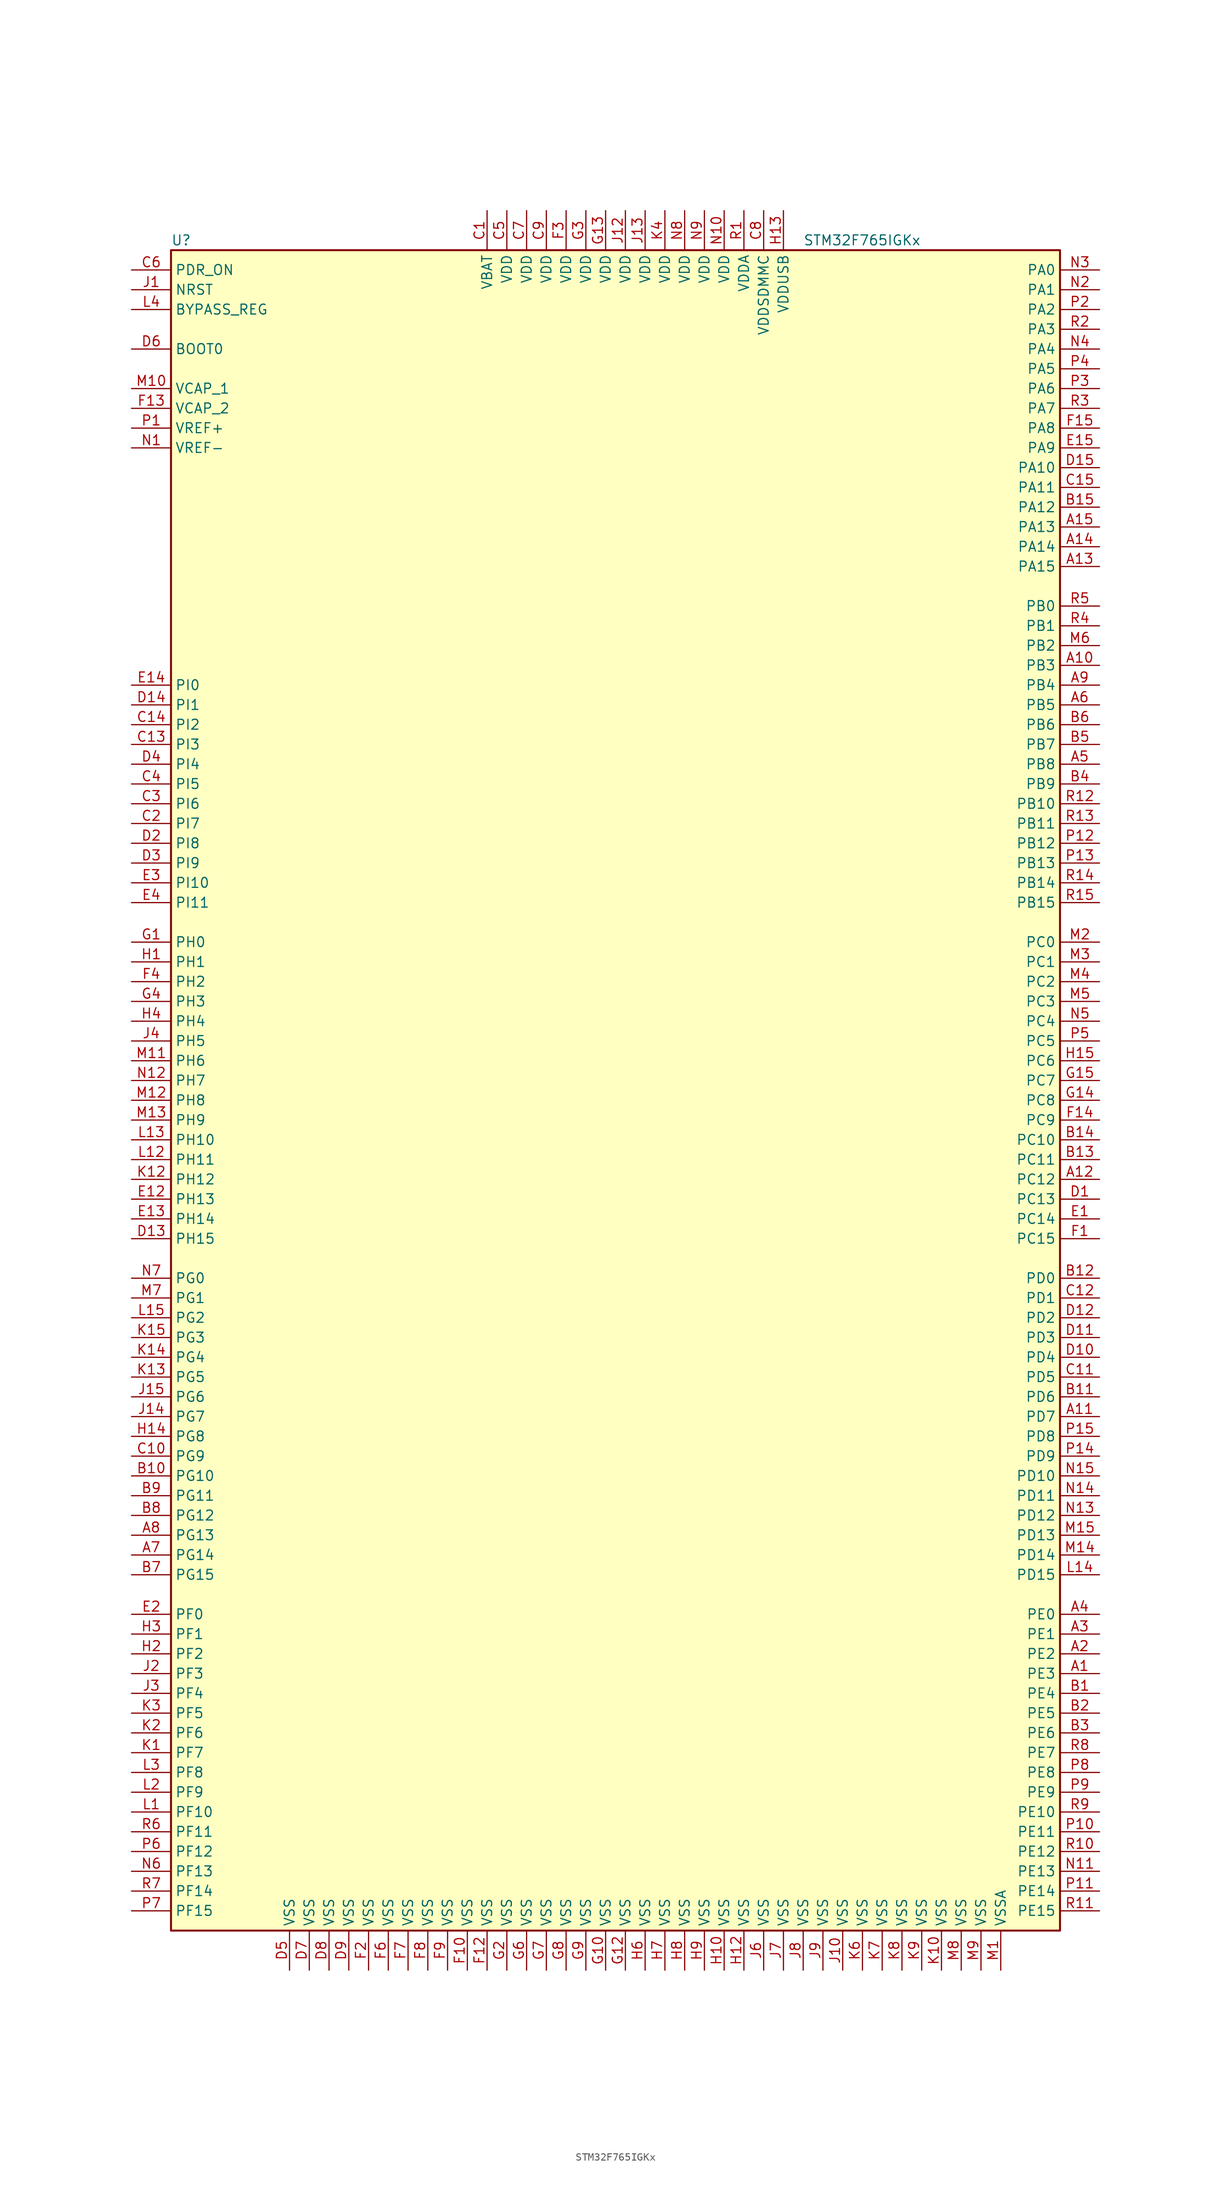
<source format=kicad_sym>
(kicad_symbol_lib
  (version 20211014)
  (generator kicad_symbol_editor)
  (symbol "STM32F765IGKx"
    (property "Reference" "U"
      (at -58.42 107.95 0)
      (effects (font (size 1.27 1.27)) (justify left)))
    (property "Value" "STM32F765IGKx"
      (at 22.86 107.95 0)
      (effects (font (size 1.27 1.27)) (justify left)))
    (symbol "STM32F765IGKx_0_1"
      (rectangle (start -58.42 -109.22) (end 55.88 106.68) (stroke (width 0.254) (type default) (color 0 0 0 0)) (fill (type background))))
    (symbol "STM32F765IGKx_1_1"
      (pin bidirectional line (at 60.96 -76.2 180) (length 5.08) (name "PE3" (effects (font (size 1.27 1.27)))) (number "A1" (effects (font (size 1.27 1.27)))))
      (pin bidirectional line (at 60.96 53.34 180) (length 5.08) (name "PB3" (effects (font (size 1.27 1.27)))) (number "A10" (effects (font (size 1.27 1.27)))))
      (pin bidirectional line (at 60.96 -43.18 180) (length 5.08) (name "PD7" (effects (font (size 1.27 1.27)))) (number "A11" (effects (font (size 1.27 1.27)))))
      (pin bidirectional line (at 60.96 -12.7 180) (length 5.08) (name "PC12" (effects (font (size 1.27 1.27)))) (number "A12" (effects (font (size 1.27 1.27)))))
      (pin bidirectional line (at 60.96 66.04 180) (length 5.08) (name "PA15" (effects (font (size 1.27 1.27)))) (number "A13" (effects (font (size 1.27 1.27)))))
      (pin bidirectional line (at 60.96 68.58 180) (length 5.08) (name "PA14" (effects (font (size 1.27 1.27)))) (number "A14" (effects (font (size 1.27 1.27)))))
      (pin bidirectional line (at 60.96 71.12 180) (length 5.08) (name "PA13" (effects (font (size 1.27 1.27)))) (number "A15" (effects (font (size 1.27 1.27)))))
      (pin bidirectional line (at 60.96 -73.66 180) (length 5.08) (name "PE2" (effects (font (size 1.27 1.27)))) (number "A2" (effects (font (size 1.27 1.27)))))
      (pin bidirectional line (at 60.96 -71.12 180) (length 5.08) (name "PE1" (effects (font (size 1.27 1.27)))) (number "A3" (effects (font (size 1.27 1.27)))))
      (pin bidirectional line (at 60.96 -68.58 180) (length 5.08) (name "PE0" (effects (font (size 1.27 1.27)))) (number "A4" (effects (font (size 1.27 1.27)))))
      (pin bidirectional line (at 60.96 40.64 180) (length 5.08) (name "PB8" (effects (font (size 1.27 1.27)))) (number "A5" (effects (font (size 1.27 1.27)))))
      (pin bidirectional line (at 60.96 48.26 180) (length 5.08) (name "PB5" (effects (font (size 1.27 1.27)))) (number "A6" (effects (font (size 1.27 1.27)))))
      (pin bidirectional line (at -63.5 -60.96 0) (length 5.08) (name "PG14" (effects (font (size 1.27 1.27)))) (number "A7" (effects (font (size 1.27 1.27)))))
      (pin bidirectional line (at -63.5 -58.42 0) (length 5.08) (name "PG13" (effects (font (size 1.27 1.27)))) (number "A8" (effects (font (size 1.27 1.27)))))
      (pin bidirectional line (at 60.96 50.8 180) (length 5.08) (name "PB4" (effects (font (size 1.27 1.27)))) (number "A9" (effects (font (size 1.27 1.27)))))
      (pin bidirectional line (at 60.96 -78.74 180) (length 5.08) (name "PE4" (effects (font (size 1.27 1.27)))) (number "B1" (effects (font (size 1.27 1.27)))))
      (pin bidirectional line (at -63.5 -50.8 0) (length 5.08) (name "PG10" (effects (font (size 1.27 1.27)))) (number "B10" (effects (font (size 1.27 1.27)))))
      (pin bidirectional line (at 60.96 -40.64 180) (length 5.08) (name "PD6" (effects (font (size 1.27 1.27)))) (number "B11" (effects (font (size 1.27 1.27)))))
      (pin bidirectional line (at 60.96 -25.4 180) (length 5.08) (name "PD0" (effects (font (size 1.27 1.27)))) (number "B12" (effects (font (size 1.27 1.27)))))
      (pin bidirectional line (at 60.96 -10.16 180) (length 5.08) (name "PC11" (effects (font (size 1.27 1.27)))) (number "B13" (effects (font (size 1.27 1.27)))))
      (pin bidirectional line (at 60.96 -7.62 180) (length 5.08) (name "PC10" (effects (font (size 1.27 1.27)))) (number "B14" (effects (font (size 1.27 1.27)))))
      (pin bidirectional line (at 60.96 73.66 180) (length 5.08) (name "PA12" (effects (font (size 1.27 1.27)))) (number "B15" (effects (font (size 1.27 1.27)))))
      (pin bidirectional line (at 60.96 -81.28 180) (length 5.08) (name "PE5" (effects (font (size 1.27 1.27)))) (number "B2" (effects (font (size 1.27 1.27)))))
      (pin bidirectional line (at 60.96 -83.82 180) (length 5.08) (name "PE6" (effects (font (size 1.27 1.27)))) (number "B3" (effects (font (size 1.27 1.27)))))
      (pin bidirectional line (at 60.96 38.1 180) (length 5.08) (name "PB9" (effects (font (size 1.27 1.27)))) (number "B4" (effects (font (size 1.27 1.27)))))
      (pin bidirectional line (at 60.96 43.18 180) (length 5.08) (name "PB7" (effects (font (size 1.27 1.27)))) (number "B5" (effects (font (size 1.27 1.27)))))
      (pin bidirectional line (at 60.96 45.72 180) (length 5.08) (name "PB6" (effects (font (size 1.27 1.27)))) (number "B6" (effects (font (size 1.27 1.27)))))
      (pin bidirectional line (at -63.5 -63.5 0) (length 5.08) (name "PG15" (effects (font (size 1.27 1.27)))) (number "B7" (effects (font (size 1.27 1.27)))))
      (pin bidirectional line (at -63.5 -55.88 0) (length 5.08) (name "PG12" (effects (font (size 1.27 1.27)))) (number "B8" (effects (font (size 1.27 1.27)))))
      (pin bidirectional line (at -63.5 -53.34 0) (length 5.08) (name "PG11" (effects (font (size 1.27 1.27)))) (number "B9" (effects (font (size 1.27 1.27)))))
      (pin power_in line (at -17.78 111.76 270) (length 5.08) (name "VBAT" (effects (font (size 1.27 1.27)))) (number "C1" (effects (font (size 1.27 1.27)))))
      (pin bidirectional line (at -63.5 -48.26 0) (length 5.08) (name "PG9" (effects (font (size 1.27 1.27)))) (number "C10" (effects (font (size 1.27 1.27)))))
      (pin bidirectional line (at 60.96 -38.1 180) (length 5.08) (name "PD5" (effects (font (size 1.27 1.27)))) (number "C11" (effects (font (size 1.27 1.27)))))
      (pin bidirectional line (at 60.96 -27.94 180) (length 5.08) (name "PD1" (effects (font (size 1.27 1.27)))) (number "C12" (effects (font (size 1.27 1.27)))))
      (pin bidirectional line (at -63.5 43.18 0) (length 5.08) (name "PI3" (effects (font (size 1.27 1.27)))) (number "C13" (effects (font (size 1.27 1.27)))))
      (pin bidirectional line (at -63.5 45.72 0) (length 5.08) (name "PI2" (effects (font (size 1.27 1.27)))) (number "C14" (effects (font (size 1.27 1.27)))))
      (pin bidirectional line (at 60.96 76.2 180) (length 5.08) (name "PA11" (effects (font (size 1.27 1.27)))) (number "C15" (effects (font (size 1.27 1.27)))))
      (pin bidirectional line (at -63.5 33.02 0) (length 5.08) (name "PI7" (effects (font (size 1.27 1.27)))) (number "C2" (effects (font (size 1.27 1.27)))))
      (pin bidirectional line (at -63.5 35.56 0) (length 5.08) (name "PI6" (effects (font (size 1.27 1.27)))) (number "C3" (effects (font (size 1.27 1.27)))))
      (pin bidirectional line (at -63.5 38.1 0) (length 5.08) (name "PI5" (effects (font (size 1.27 1.27)))) (number "C4" (effects (font (size 1.27 1.27)))))
      (pin power_in line (at -15.24 111.76 270) (length 5.08) (name "VDD" (effects (font (size 1.27 1.27)))) (number "C5" (effects (font (size 1.27 1.27)))))
      (pin input line (at -63.5 104.14 0) (length 5.08) (name "PDR_ON" (effects (font (size 1.27 1.27)))) (number "C6" (effects (font (size 1.27 1.27)))))
      (pin power_in line (at -12.7 111.76 270) (length 5.08) (name "VDD" (effects (font (size 1.27 1.27)))) (number "C7" (effects (font (size 1.27 1.27)))))
      (pin power_in line (at 17.78 111.76 270) (length 5.08) (name "VDDSDMMC" (effects (font (size 1.27 1.27)))) (number "C8" (effects (font (size 1.27 1.27)))))
      (pin power_in line (at -10.16 111.76 270) (length 5.08) (name "VDD" (effects (font (size 1.27 1.27)))) (number "C9" (effects (font (size 1.27 1.27)))))
      (pin bidirectional line (at 60.96 -15.24 180) (length 5.08) (name "PC13" (effects (font (size 1.27 1.27)))) (number "D1" (effects (font (size 1.27 1.27)))))
      (pin bidirectional line (at 60.96 -35.56 180) (length 5.08) (name "PD4" (effects (font (size 1.27 1.27)))) (number "D10" (effects (font (size 1.27 1.27)))))
      (pin bidirectional line (at 60.96 -33.02 180) (length 5.08) (name "PD3" (effects (font (size 1.27 1.27)))) (number "D11" (effects (font (size 1.27 1.27)))))
      (pin bidirectional line (at 60.96 -30.48 180) (length 5.08) (name "PD2" (effects (font (size 1.27 1.27)))) (number "D12" (effects (font (size 1.27 1.27)))))
      (pin bidirectional line (at -63.5 -20.32 0) (length 5.08) (name "PH15" (effects (font (size 1.27 1.27)))) (number "D13" (effects (font (size 1.27 1.27)))))
      (pin bidirectional line (at -63.5 48.26 0) (length 5.08) (name "PI1" (effects (font (size 1.27 1.27)))) (number "D14" (effects (font (size 1.27 1.27)))))
      (pin bidirectional line (at 60.96 78.74 180) (length 5.08) (name "PA10" (effects (font (size 1.27 1.27)))) (number "D15" (effects (font (size 1.27 1.27)))))
      (pin bidirectional line (at -63.5 30.48 0) (length 5.08) (name "PI8" (effects (font (size 1.27 1.27)))) (number "D2" (effects (font (size 1.27 1.27)))))
      (pin bidirectional line (at -63.5 27.94 0) (length 5.08) (name "PI9" (effects (font (size 1.27 1.27)))) (number "D3" (effects (font (size 1.27 1.27)))))
      (pin bidirectional line (at -63.5 40.64 0) (length 5.08) (name "PI4" (effects (font (size 1.27 1.27)))) (number "D4" (effects (font (size 1.27 1.27)))))
      (pin power_in line (at -43.18 -114.3 90) (length 5.08) (name "VSS" (effects (font (size 1.27 1.27)))) (number "D5" (effects (font (size 1.27 1.27)))))
      (pin input line (at -63.5 93.98 0) (length 5.08) (name "BOOT0" (effects (font (size 1.27 1.27)))) (number "D6" (effects (font (size 1.27 1.27)))))
      (pin power_in line (at -40.64 -114.3 90) (length 5.08) (name "VSS" (effects (font (size 1.27 1.27)))) (number "D7" (effects (font (size 1.27 1.27)))))
      (pin power_in line (at -38.1 -114.3 90) (length 5.08) (name "VSS" (effects (font (size 1.27 1.27)))) (number "D8" (effects (font (size 1.27 1.27)))))
      (pin power_in line (at -35.56 -114.3 90) (length 5.08) (name "VSS" (effects (font (size 1.27 1.27)))) (number "D9" (effects (font (size 1.27 1.27)))))
      (pin bidirectional line (at 60.96 -17.78 180) (length 5.08) (name "PC14" (effects (font (size 1.27 1.27)))) (number "E1" (effects (font (size 1.27 1.27)))))
      (pin bidirectional line (at -63.5 -15.24 0) (length 5.08) (name "PH13" (effects (font (size 1.27 1.27)))) (number "E12" (effects (font (size 1.27 1.27)))))
      (pin bidirectional line (at -63.5 -17.78 0) (length 5.08) (name "PH14" (effects (font (size 1.27 1.27)))) (number "E13" (effects (font (size 1.27 1.27)))))
      (pin bidirectional line (at -63.5 50.8 0) (length 5.08) (name "PI0" (effects (font (size 1.27 1.27)))) (number "E14" (effects (font (size 1.27 1.27)))))
      (pin bidirectional line (at 60.96 81.28 180) (length 5.08) (name "PA9" (effects (font (size 1.27 1.27)))) (number "E15" (effects (font (size 1.27 1.27)))))
      (pin bidirectional line (at -63.5 -68.58 0) (length 5.08) (name "PF0" (effects (font (size 1.27 1.27)))) (number "E2" (effects (font (size 1.27 1.27)))))
      (pin bidirectional line (at -63.5 25.4 0) (length 5.08) (name "PI10" (effects (font (size 1.27 1.27)))) (number "E3" (effects (font (size 1.27 1.27)))))
      (pin bidirectional line (at -63.5 22.86 0) (length 5.08) (name "PI11" (effects (font (size 1.27 1.27)))) (number "E4" (effects (font (size 1.27 1.27)))))
      (pin bidirectional line (at 60.96 -20.32 180) (length 5.08) (name "PC15" (effects (font (size 1.27 1.27)))) (number "F1" (effects (font (size 1.27 1.27)))))
      (pin power_in line (at -20.32 -114.3 90) (length 5.08) (name "VSS" (effects (font (size 1.27 1.27)))) (number "F10" (effects (font (size 1.27 1.27)))))
      (pin power_in line (at -17.78 -114.3 90) (length 5.08) (name "VSS" (effects (font (size 1.27 1.27)))) (number "F12" (effects (font (size 1.27 1.27)))))
      (pin power_in line (at -63.5 86.36 0) (length 5.08) (name "VCAP_2" (effects (font (size 1.27 1.27)))) (number "F13" (effects (font (size 1.27 1.27)))))
      (pin bidirectional line (at 60.96 -5.08 180) (length 5.08) (name "PC9" (effects (font (size 1.27 1.27)))) (number "F14" (effects (font (size 1.27 1.27)))))
      (pin bidirectional line (at 60.96 83.82 180) (length 5.08) (name "PA8" (effects (font (size 1.27 1.27)))) (number "F15" (effects (font (size 1.27 1.27)))))
      (pin power_in line (at -33.02 -114.3 90) (length 5.08) (name "VSS" (effects (font (size 1.27 1.27)))) (number "F2" (effects (font (size 1.27 1.27)))))
      (pin power_in line (at -7.62 111.76 270) (length 5.08) (name "VDD" (effects (font (size 1.27 1.27)))) (number "F3" (effects (font (size 1.27 1.27)))))
      (pin bidirectional line (at -63.5 12.7 0) (length 5.08) (name "PH2" (effects (font (size 1.27 1.27)))) (number "F4" (effects (font (size 1.27 1.27)))))
      (pin power_in line (at -30.48 -114.3 90) (length 5.08) (name "VSS" (effects (font (size 1.27 1.27)))) (number "F6" (effects (font (size 1.27 1.27)))))
      (pin power_in line (at -27.94 -114.3 90) (length 5.08) (name "VSS" (effects (font (size 1.27 1.27)))) (number "F7" (effects (font (size 1.27 1.27)))))
      (pin power_in line (at -25.4 -114.3 90) (length 5.08) (name "VSS" (effects (font (size 1.27 1.27)))) (number "F8" (effects (font (size 1.27 1.27)))))
      (pin power_in line (at -22.86 -114.3 90) (length 5.08) (name "VSS" (effects (font (size 1.27 1.27)))) (number "F9" (effects (font (size 1.27 1.27)))))
      (pin input line (at -63.5 17.78 0) (length 5.08) (name "PH0" (effects (font (size 1.27 1.27)))) (number "G1" (effects (font (size 1.27 1.27)))))
      (pin power_in line (at -2.54 -114.3 90) (length 5.08) (name "VSS" (effects (font (size 1.27 1.27)))) (number "G10" (effects (font (size 1.27 1.27)))))
      (pin power_in line (at 0 -114.3 90) (length 5.08) (name "VSS" (effects (font (size 1.27 1.27)))) (number "G12" (effects (font (size 1.27 1.27)))))
      (pin power_in line (at -2.54 111.76 270) (length 5.08) (name "VDD" (effects (font (size 1.27 1.27)))) (number "G13" (effects (font (size 1.27 1.27)))))
      (pin bidirectional line (at 60.96 -2.54 180) (length 5.08) (name "PC8" (effects (font (size 1.27 1.27)))) (number "G14" (effects (font (size 1.27 1.27)))))
      (pin bidirectional line (at 60.96 0 180) (length 5.08) (name "PC7" (effects (font (size 1.27 1.27)))) (number "G15" (effects (font (size 1.27 1.27)))))
      (pin power_in line (at -15.24 -114.3 90) (length 5.08) (name "VSS" (effects (font (size 1.27 1.27)))) (number "G2" (effects (font (size 1.27 1.27)))))
      (pin power_in line (at -5.08 111.76 270) (length 5.08) (name "VDD" (effects (font (size 1.27 1.27)))) (number "G3" (effects (font (size 1.27 1.27)))))
      (pin bidirectional line (at -63.5 10.16 0) (length 5.08) (name "PH3" (effects (font (size 1.27 1.27)))) (number "G4" (effects (font (size 1.27 1.27)))))
      (pin power_in line (at -12.7 -114.3 90) (length 5.08) (name "VSS" (effects (font (size 1.27 1.27)))) (number "G6" (effects (font (size 1.27 1.27)))))
      (pin power_in line (at -10.16 -114.3 90) (length 5.08) (name "VSS" (effects (font (size 1.27 1.27)))) (number "G7" (effects (font (size 1.27 1.27)))))
      (pin power_in line (at -7.62 -114.3 90) (length 5.08) (name "VSS" (effects (font (size 1.27 1.27)))) (number "G8" (effects (font (size 1.27 1.27)))))
      (pin power_in line (at -5.08 -114.3 90) (length 5.08) (name "VSS" (effects (font (size 1.27 1.27)))) (number "G9" (effects (font (size 1.27 1.27)))))
      (pin input line (at -63.5 15.24 0) (length 5.08) (name "PH1" (effects (font (size 1.27 1.27)))) (number "H1" (effects (font (size 1.27 1.27)))))
      (pin power_in line (at 12.7 -114.3 90) (length 5.08) (name "VSS" (effects (font (size 1.27 1.27)))) (number "H10" (effects (font (size 1.27 1.27)))))
      (pin power_in line (at 15.24 -114.3 90) (length 5.08) (name "VSS" (effects (font (size 1.27 1.27)))) (number "H12" (effects (font (size 1.27 1.27)))))
      (pin power_in line (at 20.32 111.76 270) (length 5.08) (name "VDDUSB" (effects (font (size 1.27 1.27)))) (number "H13" (effects (font (size 1.27 1.27)))))
      (pin bidirectional line (at -63.5 -45.72 0) (length 5.08) (name "PG8" (effects (font (size 1.27 1.27)))) (number "H14" (effects (font (size 1.27 1.27)))))
      (pin bidirectional line (at 60.96 2.54 180) (length 5.08) (name "PC6" (effects (font (size 1.27 1.27)))) (number "H15" (effects (font (size 1.27 1.27)))))
      (pin bidirectional line (at -63.5 -73.66 0) (length 5.08) (name "PF2" (effects (font (size 1.27 1.27)))) (number "H2" (effects (font (size 1.27 1.27)))))
      (pin bidirectional line (at -63.5 -71.12 0) (length 5.08) (name "PF1" (effects (font (size 1.27 1.27)))) (number "H3" (effects (font (size 1.27 1.27)))))
      (pin bidirectional line (at -63.5 7.62 0) (length 5.08) (name "PH4" (effects (font (size 1.27 1.27)))) (number "H4" (effects (font (size 1.27 1.27)))))
      (pin power_in line (at 2.54 -114.3 90) (length 5.08) (name "VSS" (effects (font (size 1.27 1.27)))) (number "H6" (effects (font (size 1.27 1.27)))))
      (pin power_in line (at 5.08 -114.3 90) (length 5.08) (name "VSS" (effects (font (size 1.27 1.27)))) (number "H7" (effects (font (size 1.27 1.27)))))
      (pin power_in line (at 7.62 -114.3 90) (length 5.08) (name "VSS" (effects (font (size 1.27 1.27)))) (number "H8" (effects (font (size 1.27 1.27)))))
      (pin power_in line (at 10.16 -114.3 90) (length 5.08) (name "VSS" (effects (font (size 1.27 1.27)))) (number "H9" (effects (font (size 1.27 1.27)))))
      (pin input line (at -63.5 101.6 0) (length 5.08) (name "NRST" (effects (font (size 1.27 1.27)))) (number "J1" (effects (font (size 1.27 1.27)))))
      (pin power_in line (at 27.94 -114.3 90) (length 5.08) (name "VSS" (effects (font (size 1.27 1.27)))) (number "J10" (effects (font (size 1.27 1.27)))))
      (pin power_in line (at 0 111.76 270) (length 5.08) (name "VDD" (effects (font (size 1.27 1.27)))) (number "J12" (effects (font (size 1.27 1.27)))))
      (pin power_in line (at 2.54 111.76 270) (length 5.08) (name "VDD" (effects (font (size 1.27 1.27)))) (number "J13" (effects (font (size 1.27 1.27)))))
      (pin bidirectional line (at -63.5 -43.18 0) (length 5.08) (name "PG7" (effects (font (size 1.27 1.27)))) (number "J14" (effects (font (size 1.27 1.27)))))
      (pin bidirectional line (at -63.5 -40.64 0) (length 5.08) (name "PG6" (effects (font (size 1.27 1.27)))) (number "J15" (effects (font (size 1.27 1.27)))))
      (pin bidirectional line (at -63.5 -76.2 0) (length 5.08) (name "PF3" (effects (font (size 1.27 1.27)))) (number "J2" (effects (font (size 1.27 1.27)))))
      (pin bidirectional line (at -63.5 -78.74 0) (length 5.08) (name "PF4" (effects (font (size 1.27 1.27)))) (number "J3" (effects (font (size 1.27 1.27)))))
      (pin bidirectional line (at -63.5 5.08 0) (length 5.08) (name "PH5" (effects (font (size 1.27 1.27)))) (number "J4" (effects (font (size 1.27 1.27)))))
      (pin power_in line (at 17.78 -114.3 90) (length 5.08) (name "VSS" (effects (font (size 1.27 1.27)))) (number "J6" (effects (font (size 1.27 1.27)))))
      (pin power_in line (at 20.32 -114.3 90) (length 5.08) (name "VSS" (effects (font (size 1.27 1.27)))) (number "J7" (effects (font (size 1.27 1.27)))))
      (pin power_in line (at 22.86 -114.3 90) (length 5.08) (name "VSS" (effects (font (size 1.27 1.27)))) (number "J8" (effects (font (size 1.27 1.27)))))
      (pin power_in line (at 25.4 -114.3 90) (length 5.08) (name "VSS" (effects (font (size 1.27 1.27)))) (number "J9" (effects (font (size 1.27 1.27)))))
      (pin bidirectional line (at -63.5 -86.36 0) (length 5.08) (name "PF7" (effects (font (size 1.27 1.27)))) (number "K1" (effects (font (size 1.27 1.27)))))
      (pin power_in line (at 40.64 -114.3 90) (length 5.08) (name "VSS" (effects (font (size 1.27 1.27)))) (number "K10" (effects (font (size 1.27 1.27)))))
      (pin bidirectional line (at -63.5 -12.7 0) (length 5.08) (name "PH12" (effects (font (size 1.27 1.27)))) (number "K12" (effects (font (size 1.27 1.27)))))
      (pin bidirectional line (at -63.5 -38.1 0) (length 5.08) (name "PG5" (effects (font (size 1.27 1.27)))) (number "K13" (effects (font (size 1.27 1.27)))))
      (pin bidirectional line (at -63.5 -35.56 0) (length 5.08) (name "PG4" (effects (font (size 1.27 1.27)))) (number "K14" (effects (font (size 1.27 1.27)))))
      (pin bidirectional line (at -63.5 -33.02 0) (length 5.08) (name "PG3" (effects (font (size 1.27 1.27)))) (number "K15" (effects (font (size 1.27 1.27)))))
      (pin bidirectional line (at -63.5 -83.82 0) (length 5.08) (name "PF6" (effects (font (size 1.27 1.27)))) (number "K2" (effects (font (size 1.27 1.27)))))
      (pin bidirectional line (at -63.5 -81.28 0) (length 5.08) (name "PF5" (effects (font (size 1.27 1.27)))) (number "K3" (effects (font (size 1.27 1.27)))))
      (pin power_in line (at 5.08 111.76 270) (length 5.08) (name "VDD" (effects (font (size 1.27 1.27)))) (number "K4" (effects (font (size 1.27 1.27)))))
      (pin power_in line (at 30.48 -114.3 90) (length 5.08) (name "VSS" (effects (font (size 1.27 1.27)))) (number "K6" (effects (font (size 1.27 1.27)))))
      (pin power_in line (at 33.02 -114.3 90) (length 5.08) (name "VSS" (effects (font (size 1.27 1.27)))) (number "K7" (effects (font (size 1.27 1.27)))))
      (pin power_in line (at 35.56 -114.3 90) (length 5.08) (name "VSS" (effects (font (size 1.27 1.27)))) (number "K8" (effects (font (size 1.27 1.27)))))
      (pin power_in line (at 38.1 -114.3 90) (length 5.08) (name "VSS" (effects (font (size 1.27 1.27)))) (number "K9" (effects (font (size 1.27 1.27)))))
      (pin bidirectional line (at -63.5 -93.98 0) (length 5.08) (name "PF10" (effects (font (size 1.27 1.27)))) (number "L1" (effects (font (size 1.27 1.27)))))
      (pin bidirectional line (at -63.5 -10.16 0) (length 5.08) (name "PH11" (effects (font (size 1.27 1.27)))) (number "L12" (effects (font (size 1.27 1.27)))))
      (pin bidirectional line (at -63.5 -7.62 0) (length 5.08) (name "PH10" (effects (font (size 1.27 1.27)))) (number "L13" (effects (font (size 1.27 1.27)))))
      (pin bidirectional line (at 60.96 -63.5 180) (length 5.08) (name "PD15" (effects (font (size 1.27 1.27)))) (number "L14" (effects (font (size 1.27 1.27)))))
      (pin bidirectional line (at -63.5 -30.48 0) (length 5.08) (name "PG2" (effects (font (size 1.27 1.27)))) (number "L15" (effects (font (size 1.27 1.27)))))
      (pin bidirectional line (at -63.5 -91.44 0) (length 5.08) (name "PF9" (effects (font (size 1.27 1.27)))) (number "L2" (effects (font (size 1.27 1.27)))))
      (pin bidirectional line (at -63.5 -88.9 0) (length 5.08) (name "PF8" (effects (font (size 1.27 1.27)))) (number "L3" (effects (font (size 1.27 1.27)))))
      (pin input line (at -63.5 99.06 0) (length 5.08) (name "BYPASS_REG" (effects (font (size 1.27 1.27)))) (number "L4" (effects (font (size 1.27 1.27)))))
      (pin power_in line (at 48.26 -114.3 90) (length 5.08) (name "VSSA" (effects (font (size 1.27 1.27)))) (number "M1" (effects (font (size 1.27 1.27)))))
      (pin power_in line (at -63.5 88.9 0) (length 5.08) (name "VCAP_1" (effects (font (size 1.27 1.27)))) (number "M10" (effects (font (size 1.27 1.27)))))
      (pin bidirectional line (at -63.5 2.54 0) (length 5.08) (name "PH6" (effects (font (size 1.27 1.27)))) (number "M11" (effects (font (size 1.27 1.27)))))
      (pin bidirectional line (at -63.5 -2.54 0) (length 5.08) (name "PH8" (effects (font (size 1.27 1.27)))) (number "M12" (effects (font (size 1.27 1.27)))))
      (pin bidirectional line (at -63.5 -5.08 0) (length 5.08) (name "PH9" (effects (font (size 1.27 1.27)))) (number "M13" (effects (font (size 1.27 1.27)))))
      (pin bidirectional line (at 60.96 -60.96 180) (length 5.08) (name "PD14" (effects (font (size 1.27 1.27)))) (number "M14" (effects (font (size 1.27 1.27)))))
      (pin bidirectional line (at 60.96 -58.42 180) (length 5.08) (name "PD13" (effects (font (size 1.27 1.27)))) (number "M15" (effects (font (size 1.27 1.27)))))
      (pin bidirectional line (at 60.96 17.78 180) (length 5.08) (name "PC0" (effects (font (size 1.27 1.27)))) (number "M2" (effects (font (size 1.27 1.27)))))
      (pin bidirectional line (at 60.96 15.24 180) (length 5.08) (name "PC1" (effects (font (size 1.27 1.27)))) (number "M3" (effects (font (size 1.27 1.27)))))
      (pin bidirectional line (at 60.96 12.7 180) (length 5.08) (name "PC2" (effects (font (size 1.27 1.27)))) (number "M4" (effects (font (size 1.27 1.27)))))
      (pin bidirectional line (at 60.96 10.16 180) (length 5.08) (name "PC3" (effects (font (size 1.27 1.27)))) (number "M5" (effects (font (size 1.27 1.27)))))
      (pin bidirectional line (at 60.96 55.88 180) (length 5.08) (name "PB2" (effects (font (size 1.27 1.27)))) (number "M6" (effects (font (size 1.27 1.27)))))
      (pin bidirectional line (at -63.5 -27.94 0) (length 5.08) (name "PG1" (effects (font (size 1.27 1.27)))) (number "M7" (effects (font (size 1.27 1.27)))))
      (pin power_in line (at 43.18 -114.3 90) (length 5.08) (name "VSS" (effects (font (size 1.27 1.27)))) (number "M8" (effects (font (size 1.27 1.27)))))
      (pin power_in line (at 45.72 -114.3 90) (length 5.08) (name "VSS" (effects (font (size 1.27 1.27)))) (number "M9" (effects (font (size 1.27 1.27)))))
      (pin power_in line (at -63.5 81.28 0) (length 5.08) (name "VREF-" (effects (font (size 1.27 1.27)))) (number "N1" (effects (font (size 1.27 1.27)))))
      (pin power_in line (at 12.7 111.76 270) (length 5.08) (name "VDD" (effects (font (size 1.27 1.27)))) (number "N10" (effects (font (size 1.27 1.27)))))
      (pin bidirectional line (at 60.96 -101.6 180) (length 5.08) (name "PE13" (effects (font (size 1.27 1.27)))) (number "N11" (effects (font (size 1.27 1.27)))))
      (pin bidirectional line (at -63.5 0 0) (length 5.08) (name "PH7" (effects (font (size 1.27 1.27)))) (number "N12" (effects (font (size 1.27 1.27)))))
      (pin bidirectional line (at 60.96 -55.88 180) (length 5.08) (name "PD12" (effects (font (size 1.27 1.27)))) (number "N13" (effects (font (size 1.27 1.27)))))
      (pin bidirectional line (at 60.96 -53.34 180) (length 5.08) (name "PD11" (effects (font (size 1.27 1.27)))) (number "N14" (effects (font (size 1.27 1.27)))))
      (pin bidirectional line (at 60.96 -50.8 180) (length 5.08) (name "PD10" (effects (font (size 1.27 1.27)))) (number "N15" (effects (font (size 1.27 1.27)))))
      (pin bidirectional line (at 60.96 101.6 180) (length 5.08) (name "PA1" (effects (font (size 1.27 1.27)))) (number "N2" (effects (font (size 1.27 1.27)))))
      (pin bidirectional line (at 60.96 104.14 180) (length 5.08) (name "PA0" (effects (font (size 1.27 1.27)))) (number "N3" (effects (font (size 1.27 1.27)))))
      (pin bidirectional line (at 60.96 93.98 180) (length 5.08) (name "PA4" (effects (font (size 1.27 1.27)))) (number "N4" (effects (font (size 1.27 1.27)))))
      (pin bidirectional line (at 60.96 7.62 180) (length 5.08) (name "PC4" (effects (font (size 1.27 1.27)))) (number "N5" (effects (font (size 1.27 1.27)))))
      (pin bidirectional line (at -63.5 -101.6 0) (length 5.08) (name "PF13" (effects (font (size 1.27 1.27)))) (number "N6" (effects (font (size 1.27 1.27)))))
      (pin bidirectional line (at -63.5 -25.4 0) (length 5.08) (name "PG0" (effects (font (size 1.27 1.27)))) (number "N7" (effects (font (size 1.27 1.27)))))
      (pin power_in line (at 7.62 111.76 270) (length 5.08) (name "VDD" (effects (font (size 1.27 1.27)))) (number "N8" (effects (font (size 1.27 1.27)))))
      (pin power_in line (at 10.16 111.76 270) (length 5.08) (name "VDD" (effects (font (size 1.27 1.27)))) (number "N9" (effects (font (size 1.27 1.27)))))
      (pin power_in line (at -63.5 83.82 0) (length 5.08) (name "VREF+" (effects (font (size 1.27 1.27)))) (number "P1" (effects (font (size 1.27 1.27)))))
      (pin bidirectional line (at 60.96 -96.52 180) (length 5.08) (name "PE11" (effects (font (size 1.27 1.27)))) (number "P10" (effects (font (size 1.27 1.27)))))
      (pin bidirectional line (at 60.96 -104.14 180) (length 5.08) (name "PE14" (effects (font (size 1.27 1.27)))) (number "P11" (effects (font (size 1.27 1.27)))))
      (pin bidirectional line (at 60.96 30.48 180) (length 5.08) (name "PB12" (effects (font (size 1.27 1.27)))) (number "P12" (effects (font (size 1.27 1.27)))))
      (pin bidirectional line (at 60.96 27.94 180) (length 5.08) (name "PB13" (effects (font (size 1.27 1.27)))) (number "P13" (effects (font (size 1.27 1.27)))))
      (pin bidirectional line (at 60.96 -48.26 180) (length 5.08) (name "PD9" (effects (font (size 1.27 1.27)))) (number "P14" (effects (font (size 1.27 1.27)))))
      (pin bidirectional line (at 60.96 -45.72 180) (length 5.08) (name "PD8" (effects (font (size 1.27 1.27)))) (number "P15" (effects (font (size 1.27 1.27)))))
      (pin bidirectional line (at 60.96 99.06 180) (length 5.08) (name "PA2" (effects (font (size 1.27 1.27)))) (number "P2" (effects (font (size 1.27 1.27)))))
      (pin bidirectional line (at 60.96 88.9 180) (length 5.08) (name "PA6" (effects (font (size 1.27 1.27)))) (number "P3" (effects (font (size 1.27 1.27)))))
      (pin bidirectional line (at 60.96 91.44 180) (length 5.08) (name "PA5" (effects (font (size 1.27 1.27)))) (number "P4" (effects (font (size 1.27 1.27)))))
      (pin bidirectional line (at 60.96 5.08 180) (length 5.08) (name "PC5" (effects (font (size 1.27 1.27)))) (number "P5" (effects (font (size 1.27 1.27)))))
      (pin bidirectional line (at -63.5 -99.06 0) (length 5.08) (name "PF12" (effects (font (size 1.27 1.27)))) (number "P6" (effects (font (size 1.27 1.27)))))
      (pin bidirectional line (at -63.5 -106.68 0) (length 5.08) (name "PF15" (effects (font (size 1.27 1.27)))) (number "P7" (effects (font (size 1.27 1.27)))))
      (pin bidirectional line (at 60.96 -88.9 180) (length 5.08) (name "PE8" (effects (font (size 1.27 1.27)))) (number "P8" (effects (font (size 1.27 1.27)))))
      (pin bidirectional line (at 60.96 -91.44 180) (length 5.08) (name "PE9" (effects (font (size 1.27 1.27)))) (number "P9" (effects (font (size 1.27 1.27)))))
      (pin power_in line (at 15.24 111.76 270) (length 5.08) (name "VDDA" (effects (font (size 1.27 1.27)))) (number "R1" (effects (font (size 1.27 1.27)))))
      (pin bidirectional line (at 60.96 -99.06 180) (length 5.08) (name "PE12" (effects (font (size 1.27 1.27)))) (number "R10" (effects (font (size 1.27 1.27)))))
      (pin bidirectional line (at 60.96 -106.68 180) (length 5.08) (name "PE15" (effects (font (size 1.27 1.27)))) (number "R11" (effects (font (size 1.27 1.27)))))
      (pin bidirectional line (at 60.96 35.56 180) (length 5.08) (name "PB10" (effects (font (size 1.27 1.27)))) (number "R12" (effects (font (size 1.27 1.27)))))
      (pin bidirectional line (at 60.96 33.02 180) (length 5.08) (name "PB11" (effects (font (size 1.27 1.27)))) (number "R13" (effects (font (size 1.27 1.27)))))
      (pin bidirectional line (at 60.96 25.4 180) (length 5.08) (name "PB14" (effects (font (size 1.27 1.27)))) (number "R14" (effects (font (size 1.27 1.27)))))
      (pin bidirectional line (at 60.96 22.86 180) (length 5.08) (name "PB15" (effects (font (size 1.27 1.27)))) (number "R15" (effects (font (size 1.27 1.27)))))
      (pin bidirectional line (at 60.96 96.52 180) (length 5.08) (name "PA3" (effects (font (size 1.27 1.27)))) (number "R2" (effects (font (size 1.27 1.27)))))
      (pin bidirectional line (at 60.96 86.36 180) (length 5.08) (name "PA7" (effects (font (size 1.27 1.27)))) (number "R3" (effects (font (size 1.27 1.27)))))
      (pin bidirectional line (at 60.96 58.42 180) (length 5.08) (name "PB1" (effects (font (size 1.27 1.27)))) (number "R4" (effects (font (size 1.27 1.27)))))
      (pin bidirectional line (at 60.96 60.96 180) (length 5.08) (name "PB0" (effects (font (size 1.27 1.27)))) (number "R5" (effects (font (size 1.27 1.27)))))
      (pin bidirectional line (at -63.5 -96.52 0) (length 5.08) (name "PF11" (effects (font (size 1.27 1.27)))) (number "R6" (effects (font (size 1.27 1.27)))))
      (pin bidirectional line (at -63.5 -104.14 0) (length 5.08) (name "PF14" (effects (font (size 1.27 1.27)))) (number "R7" (effects (font (size 1.27 1.27)))))
      (pin bidirectional line (at 60.96 -86.36 180) (length 5.08) (name "PE7" (effects (font (size 1.27 1.27)))) (number "R8" (effects (font (size 1.27 1.27)))))
      (pin bidirectional line (at 60.96 -93.98 180) (length 5.08) (name "PE10" (effects (font (size 1.27 1.27)))) (number "R9" (effects (font (size 1.27 1.27))))))))
</source>
